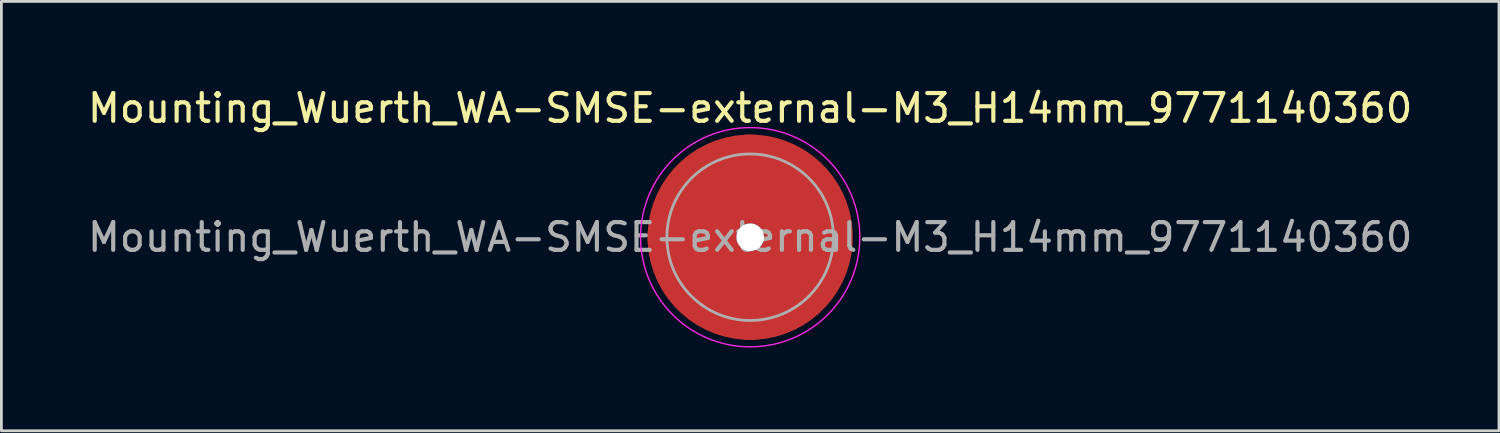
<source format=kicad_pcb>
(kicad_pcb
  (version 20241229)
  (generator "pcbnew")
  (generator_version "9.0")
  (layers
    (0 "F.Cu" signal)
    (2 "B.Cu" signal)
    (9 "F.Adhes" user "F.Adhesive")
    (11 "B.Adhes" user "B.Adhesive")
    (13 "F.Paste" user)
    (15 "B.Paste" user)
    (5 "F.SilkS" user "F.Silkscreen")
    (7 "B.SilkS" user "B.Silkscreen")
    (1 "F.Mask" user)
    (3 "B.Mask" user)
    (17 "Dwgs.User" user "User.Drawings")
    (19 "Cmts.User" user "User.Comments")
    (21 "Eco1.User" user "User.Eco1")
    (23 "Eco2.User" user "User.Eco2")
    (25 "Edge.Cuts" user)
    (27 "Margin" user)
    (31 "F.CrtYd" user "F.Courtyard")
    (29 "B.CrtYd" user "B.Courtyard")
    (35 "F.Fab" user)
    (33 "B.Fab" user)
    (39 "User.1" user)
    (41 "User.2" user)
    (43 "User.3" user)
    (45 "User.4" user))
  (footprint "Mounting_Wuerth_WA-SMSE-external-M3_H14mm_9771140360"
    (layer "F.Cu")
    (at 23.982 5.498)
    (property "Reference" "Mounting_Wuerth_WA-SMSE-external-M3_H14mm_9771140360" (at 0 -4.65 0) (layer "F.SilkS") (effects (font (size 1 1) (thickness 0.15))))
    (attr smd)
    (fp_circle (center 0 0) (end 3.95 0) (stroke (width 0.05) (type solid)) (fill no) (layer "F.CrtYd"))
    (fp_circle (center 0 0) (end 3 0) (stroke (width 0.1) (type solid)) (fill no) (layer "F.Fab"))
    (fp_text user "${REFERENCE}" (at 0 0 0) (layer "F.Fab") (effects (font (size 1 1) (thickness 0.15))))
    (pad "" smd custom (at 0 -2.1) (size 3 3) (layers "F.Paste") (options (anchor circle)) (primitives (gr_arc (start -0.429069 0.82) (mid 0 0.75) (end 0.429069 0.82) (width 1.5)) (gr_arc (start -1.664812 0.82) (mid 0 0) (end 1.664812 0.82) (width 1.5)) (gr_arc (start -2.54639 0.82) (mid 0 -0.75) (end 2.54639 0.82) (width 1.5)) (gr_line (start 0.429 0.82) (end 2.546 0.82) (width 1.5)) (gr_line (start -0.429 0.82) (end -2.546 0.82) (width 1.5))))
    (pad "" np_thru_hole circle (at 0 0) (size 1 1) (drill 1) (layers "*.Cu" "*.Mask"))
    (pad "" smd custom (at 0 2.1) (size 3 3) (layers "F.Paste") (options (anchor circle)) (primitives (gr_arc (start 0.429069 -0.82) (mid 0 -0.75) (end -0.429069 -0.82) (width 1.5)) (gr_arc (start 1.664812 -0.82) (mid 0 0) (end -1.664812 -0.82) (width 1.5)) (gr_arc (start 2.54639 -0.82) (mid 0 0.75) (end -2.54639 -0.82) (width 1.5)) (gr_line (start -0.429 -0.82) (end -2.546 -0.82) (width 1.5)) (gr_line (start 0.429 -0.82) (end 2.546 -0.82) (width 1.5))))
    (pad "1" smd circle (at -2.1 0) (size 3.2 3.2) (layers "F.Cu"))
    (pad "1" smd circle (at 0 -2.1) (size 3.2 3.2) (layers "F.Cu"))
    (pad "1" smd circle (at 0 2.1) (size 3.2 3.2) (layers "F.Cu"))
    (pad "1" smd custom (at 2.1 0) (size 3.2 3.2) (layers "F.Cu" "F.Mask") (options (anchor circle)) (primitives (gr_circle (center -2.1 0) (end 0 0) (width 3.2) (fill no)))))
  (gr_rect
    (start -3 -3)
    (end 50.964 12.473)
    (stroke (width 0.1) (type default))
    (fill no)
    (layer "Edge.Cuts")))
</source>
